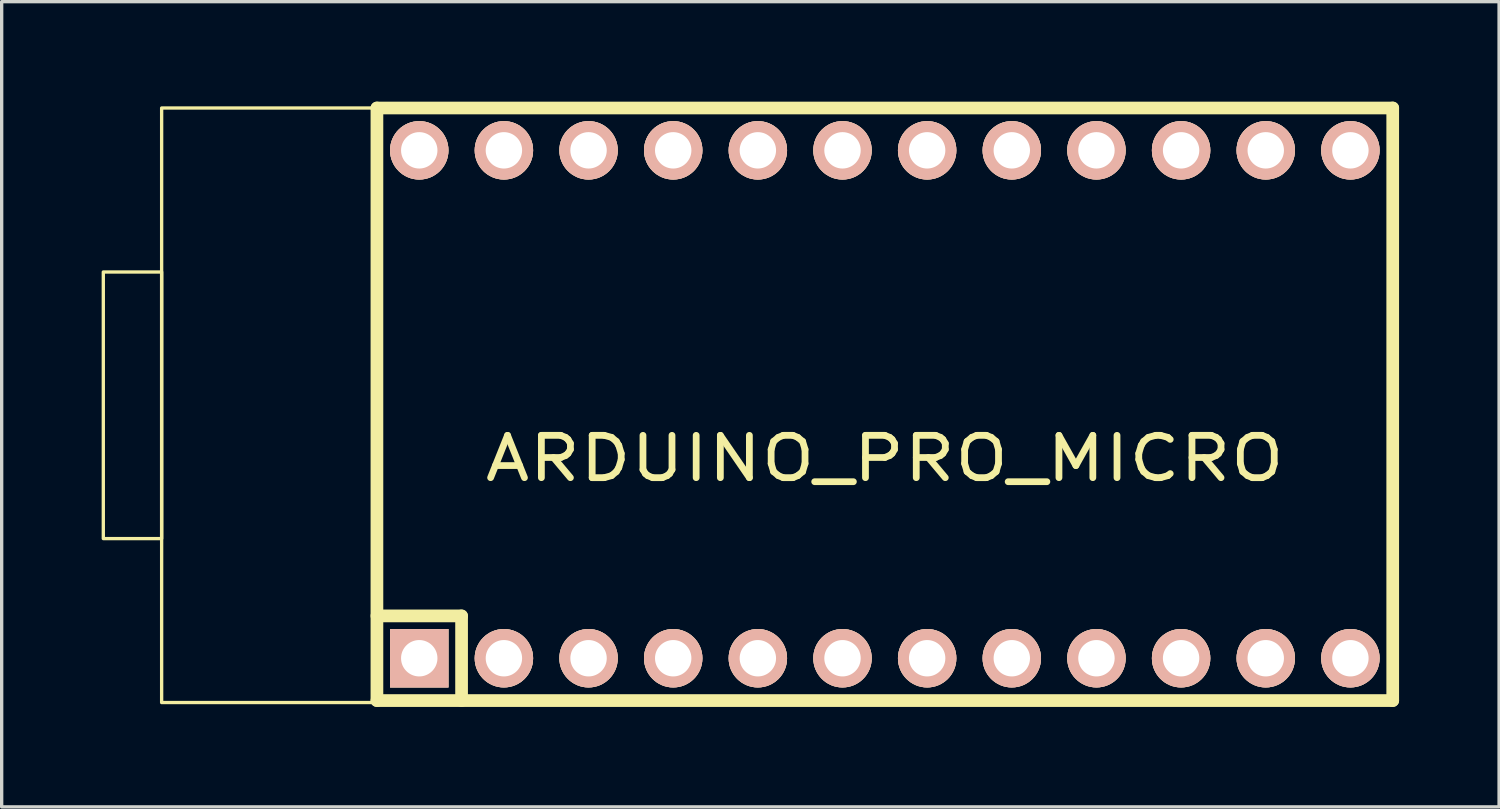
<source format=kicad_pcb>
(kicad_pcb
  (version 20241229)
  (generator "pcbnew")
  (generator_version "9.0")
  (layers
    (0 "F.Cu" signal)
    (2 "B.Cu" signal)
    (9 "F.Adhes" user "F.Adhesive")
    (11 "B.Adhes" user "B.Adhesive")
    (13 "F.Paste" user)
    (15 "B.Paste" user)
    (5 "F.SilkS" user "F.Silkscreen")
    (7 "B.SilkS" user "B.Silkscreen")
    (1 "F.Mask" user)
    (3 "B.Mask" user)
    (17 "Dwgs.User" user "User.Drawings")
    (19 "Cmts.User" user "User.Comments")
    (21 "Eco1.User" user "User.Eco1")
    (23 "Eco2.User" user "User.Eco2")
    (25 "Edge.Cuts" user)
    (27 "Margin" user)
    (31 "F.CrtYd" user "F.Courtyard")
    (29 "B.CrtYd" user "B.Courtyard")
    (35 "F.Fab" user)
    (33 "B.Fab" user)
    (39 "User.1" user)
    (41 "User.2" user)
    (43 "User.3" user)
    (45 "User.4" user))
  (footprint "ARDUINO_PRO_MICRO"
    (layer "F.Cu")
    (at 23.5 9.081)
    (property "Reference" "ARDUINO_PRO_MICRO" (at 0 1.625 0) (layer "F.SilkS") (effects (font (size 1.27 1.524) (thickness 0.203))))
    (attr through_hole)
    (fp_line (start -15.24 -8.89) (end -15.24 8.89) (stroke (width 0.381) (type solid)) (layer "F.SilkS"))
    (fp_line (start -15.24 6.35) (end -12.7 6.35) (stroke (width 0.381) (type solid)) (layer "F.SilkS"))
    (fp_line (start -15.24 8.89) (end 15.24 8.89) (stroke (width 0.381) (type solid)) (layer "F.SilkS"))
    (fp_line (start -12.7 6.35) (end -12.7 8.89) (stroke (width 0.381) (type solid)) (layer "F.SilkS"))
    (fp_line (start 15.24 -8.89) (end -15.24 -8.89) (stroke (width 0.381) (type solid)) (layer "F.SilkS"))
    (fp_line (start 15.24 8.89) (end 15.24 -8.89) (stroke (width 0.381) (type solid)) (layer "F.SilkS"))
    (fp_rect (start -23.45 -3.97) (end -21.7 4.03) (stroke (width 0.1) (type default)) (fill no) (layer "F.SilkS"))
    (fp_rect (start -21.7 -8.89) (end -15.24 8.95) (stroke (width 0.1) (type default)) (fill no) (layer "F.SilkS"))
    (pad "1" thru_hole rect (at -13.97 7.62) (size 1.753 1.753) (drill 1.092) (layers "*.Cu" "*.SilkS" "*.Mask"))
    (pad "2" thru_hole circle (at -11.43 7.62) (size 1.753 1.753) (drill 1.092) (layers "*.Cu" "*.SilkS" "*.Mask"))
    (pad "3" thru_hole circle (at -8.89 7.62) (size 1.753 1.753) (drill 1.092) (layers "*.Cu" "*.SilkS" "*.Mask"))
    (pad "4" thru_hole circle (at -6.35 7.62) (size 1.753 1.753) (drill 1.092) (layers "*.Cu" "*.SilkS" "*.Mask"))
    (pad "5" thru_hole circle (at -3.81 7.62) (size 1.753 1.753) (drill 1.092) (layers "*.Cu" "*.SilkS" "*.Mask"))
    (pad "6" thru_hole circle (at -1.27 7.62) (size 1.753 1.753) (drill 1.092) (layers "*.Cu" "*.SilkS" "*.Mask"))
    (pad "7" thru_hole circle (at 1.27 7.62) (size 1.753 1.753) (drill 1.092) (layers "*.Cu" "*.SilkS" "*.Mask"))
    (pad "8" thru_hole circle (at 3.81 7.62) (size 1.753 1.753) (drill 1.092) (layers "*.Cu" "*.SilkS" "*.Mask"))
    (pad "9" thru_hole circle (at 6.35 7.62) (size 1.753 1.753) (drill 1.092) (layers "*.Cu" "*.SilkS" "*.Mask"))
    (pad "10" thru_hole circle (at 8.89 7.62) (size 1.753 1.753) (drill 1.092) (layers "*.Cu" "*.SilkS" "*.Mask"))
    (pad "11" thru_hole circle (at 11.43 7.62) (size 1.753 1.753) (drill 1.092) (layers "*.Cu" "*.SilkS" "*.Mask"))
    (pad "12" thru_hole circle (at 13.97 7.62) (size 1.753 1.753) (drill 1.092) (layers "*.Cu" "*.SilkS" "*.Mask"))
    (pad "13" thru_hole circle (at 13.97 -7.62) (size 1.753 1.753) (drill 1.092) (layers "*.Cu" "*.SilkS" "*.Mask"))
    (pad "14" thru_hole circle (at 11.43 -7.62) (size 1.753 1.753) (drill 1.092) (layers "*.Cu" "*.SilkS" "*.Mask"))
    (pad "15" thru_hole circle (at 8.89 -7.62) (size 1.753 1.753) (drill 1.092) (layers "*.Cu" "*.SilkS" "*.Mask"))
    (pad "16" thru_hole circle (at 6.35 -7.62) (size 1.753 1.753) (drill 1.092) (layers "*.Cu" "*.SilkS" "*.Mask"))
    (pad "17" thru_hole circle (at 3.81 -7.62) (size 1.753 1.753) (drill 1.092) (layers "*.Cu" "*.SilkS" "*.Mask"))
    (pad "18" thru_hole circle (at 1.27 -7.62) (size 1.753 1.753) (drill 1.092) (layers "*.Cu" "*.SilkS" "*.Mask"))
    (pad "19" thru_hole circle (at -1.27 -7.62) (size 1.753 1.753) (drill 1.092) (layers "*.Cu" "*.SilkS" "*.Mask"))
    (pad "20" thru_hole circle (at -3.81 -7.62) (size 1.753 1.753) (drill 1.092) (layers "*.Cu" "*.SilkS" "*.Mask"))
    (pad "21" thru_hole circle (at -6.35 -7.62) (size 1.753 1.753) (drill 1.092) (layers "*.Cu" "*.SilkS" "*.Mask"))
    (pad "22" thru_hole circle (at -8.89 -7.62) (size 1.753 1.753) (drill 1.092) (layers "*.Cu" "*.SilkS" "*.Mask"))
    (pad "23" thru_hole circle (at -11.43 -7.62) (size 1.753 1.753) (drill 1.092) (layers "*.Cu" "*.SilkS" "*.Mask"))
    (pad "24" thru_hole circle (at -13.97 -7.62) (size 1.753 1.753) (drill 1.092) (layers "*.Cu" "*.SilkS" "*.Mask")))
  (gr_rect
    (start -3 -3)
    (end 41.931 21.161)
    (stroke (width 0.1) (type default))
    (fill no)
    (layer "Edge.Cuts")))
</source>
